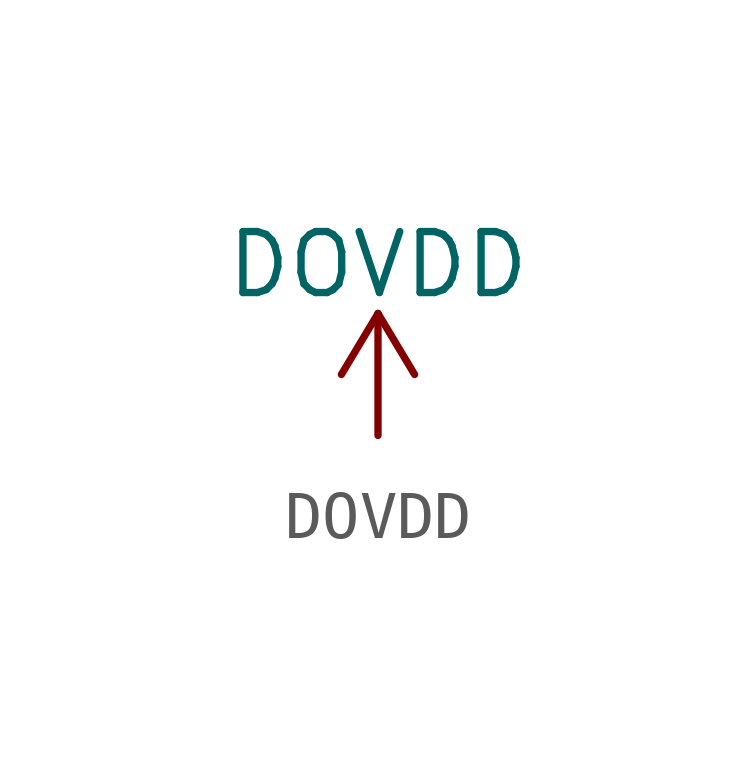
<source format=kicad_sym>
(kicad_symbol_lib
  (version 20211014)
  (generator kicad_symbol_editor)
  (symbol "DOVDD"
    (power)
    (pin_names
      (offset 0))
    (property "Reference" "#PWR"
      (at 0 -3.81 0)
      (effects (font (size 1.27 1.27)) hide))
    (property "Value" "DOVDD"
      (at 0 3.556 0)
      (effects (font (size 1.27 1.27))))
    (symbol "DOVDD_0_1"
      (polyline (pts (xy -0.762 1.27) (xy 0 2.54)) (stroke (width 0) (type default) (color 0 0 0 0)) (fill (type none)))
      (polyline (pts (xy 0 0) (xy 0 2.54)) (stroke (width 0) (type default) (color 0 0 0 0)) (fill (type none)))
      (polyline (pts (xy 0 2.54) (xy 0.762 1.27)) (stroke (width 0) (type default) (color 0 0 0 0)) (fill (type none))))
    (symbol "DOVDD_1_1"
      (pin power_in line (at 0 0 90) (length 0) hide (name "DOVDD" (effects (font (size 1.27 1.27)))) (number "1" (effects (font (size 1.27 1.27))))))))
</source>
